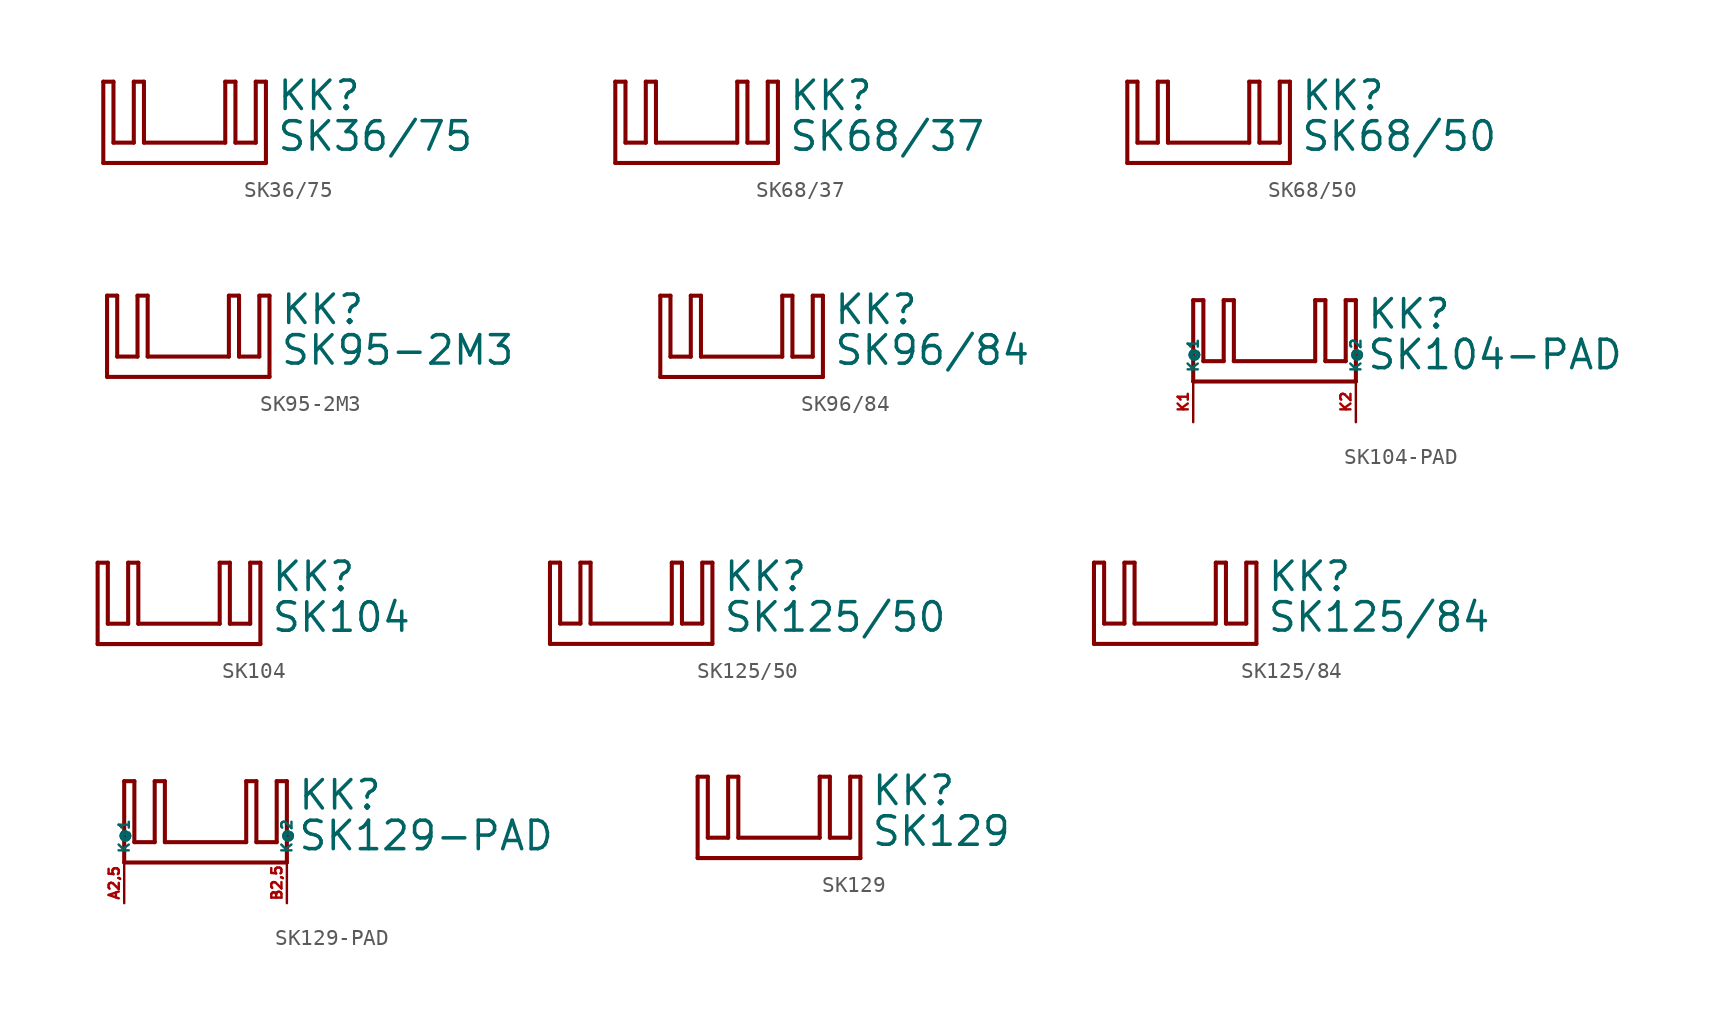
<source format=kicad_sym>
(kicad_symbol_lib
  (version 20220914)
  (generator Eagle2Kicad)
  (symbol "SK36/75"
    (property "Reference" "KK"
      (at 5.715 3.175 0)
      (effects (font (size 1.778 1.778) (thickness 0.22)) (justify left bottom)))
    (property "Value" "SK36/75"
      (at 5.715 0.635 0)
      (effects (font (size 1.778 1.778) (thickness 0.22)) (justify left bottom)))
    (polyline
      (pts (xy -5.08 0) (xy 5.08 0))
      (stroke (width 0.254) (type default))
      (fill (type none)))
    (polyline
      (pts (xy 5.08 0) (xy 5.08 5.08))
      (stroke (width 0.254) (type default))
      (fill (type none)))
    (polyline
      (pts (xy 5.08 5.08) (xy 4.445 5.08))
      (stroke (width 0.254) (type default))
      (fill (type none)))
    (polyline
      (pts (xy 4.445 5.08) (xy 4.445 1.27))
      (stroke (width 0.254) (type default))
      (fill (type none)))
    (polyline
      (pts (xy 4.445 1.27) (xy 3.175 1.27))
      (stroke (width 0.254) (type default))
      (fill (type none)))
    (polyline
      (pts (xy 3.175 1.27) (xy 3.175 5.08))
      (stroke (width 0.254) (type default))
      (fill (type none)))
    (polyline
      (pts (xy 3.175 5.08) (xy 2.54 5.08))
      (stroke (width 0.254) (type default))
      (fill (type none)))
    (polyline
      (pts (xy 2.54 5.08) (xy 2.54 1.27))
      (stroke (width 0.254) (type default))
      (fill (type none)))
    (polyline
      (pts (xy 2.54 1.27) (xy -2.54 1.27))
      (stroke (width 0.254) (type default))
      (fill (type none)))
    (polyline
      (pts (xy -2.54 1.27) (xy -2.54 5.08))
      (stroke (width 0.254) (type default))
      (fill (type none)))
    (polyline
      (pts (xy -2.54 5.08) (xy -3.175 5.08))
      (stroke (width 0.254) (type default))
      (fill (type none)))
    (polyline
      (pts (xy -3.175 5.08) (xy -3.175 1.27))
      (stroke (width 0.254) (type default))
      (fill (type none)))
    (polyline
      (pts (xy -3.175 1.27) (xy -4.445 1.27))
      (stroke (width 0.254) (type default))
      (fill (type none)))
    (polyline
      (pts (xy -4.445 1.27) (xy -4.445 5.08))
      (stroke (width 0.254) (type default))
      (fill (type none)))
    (polyline
      (pts (xy -4.445 5.08) (xy -5.08 5.08))
      (stroke (width 0.254) (type default))
      (fill (type none)))
    (polyline
      (pts (xy -5.08 5.08) (xy -5.08 0))
      (stroke (width 0.254) (type default))
      (fill (type none))))
  (symbol "SK68/37"
    (property "Reference" "KK"
      (at 5.715 3.175 0)
      (effects (font (size 1.778 1.778) (thickness 0.22)) (justify left bottom)))
    (property "Value" "SK68/37"
      (at 5.715 0.635 0)
      (effects (font (size 1.778 1.778) (thickness 0.22)) (justify left bottom)))
    (polyline
      (pts (xy -5.08 0) (xy 5.08 0))
      (stroke (width 0.254) (type default))
      (fill (type none)))
    (polyline
      (pts (xy 5.08 0) (xy 5.08 5.08))
      (stroke (width 0.254) (type default))
      (fill (type none)))
    (polyline
      (pts (xy 5.08 5.08) (xy 4.445 5.08))
      (stroke (width 0.254) (type default))
      (fill (type none)))
    (polyline
      (pts (xy 4.445 5.08) (xy 4.445 1.27))
      (stroke (width 0.254) (type default))
      (fill (type none)))
    (polyline
      (pts (xy 4.445 1.27) (xy 3.175 1.27))
      (stroke (width 0.254) (type default))
      (fill (type none)))
    (polyline
      (pts (xy 3.175 1.27) (xy 3.175 5.08))
      (stroke (width 0.254) (type default))
      (fill (type none)))
    (polyline
      (pts (xy 3.175 5.08) (xy 2.54 5.08))
      (stroke (width 0.254) (type default))
      (fill (type none)))
    (polyline
      (pts (xy 2.54 5.08) (xy 2.54 1.27))
      (stroke (width 0.254) (type default))
      (fill (type none)))
    (polyline
      (pts (xy 2.54 1.27) (xy -2.54 1.27))
      (stroke (width 0.254) (type default))
      (fill (type none)))
    (polyline
      (pts (xy -2.54 1.27) (xy -2.54 5.08))
      (stroke (width 0.254) (type default))
      (fill (type none)))
    (polyline
      (pts (xy -2.54 5.08) (xy -3.175 5.08))
      (stroke (width 0.254) (type default))
      (fill (type none)))
    (polyline
      (pts (xy -3.175 5.08) (xy -3.175 1.27))
      (stroke (width 0.254) (type default))
      (fill (type none)))
    (polyline
      (pts (xy -3.175 1.27) (xy -4.445 1.27))
      (stroke (width 0.254) (type default))
      (fill (type none)))
    (polyline
      (pts (xy -4.445 1.27) (xy -4.445 5.08))
      (stroke (width 0.254) (type default))
      (fill (type none)))
    (polyline
      (pts (xy -4.445 5.08) (xy -5.08 5.08))
      (stroke (width 0.254) (type default))
      (fill (type none)))
    (polyline
      (pts (xy -5.08 5.08) (xy -5.08 0))
      (stroke (width 0.254) (type default))
      (fill (type none))))
  (symbol "SK68/50"
    (property "Reference" "KK"
      (at 5.715 3.175 0)
      (effects (font (size 1.778 1.778) (thickness 0.22)) (justify left bottom)))
    (property "Value" "SK68/50"
      (at 5.715 0.635 0)
      (effects (font (size 1.778 1.778) (thickness 0.22)) (justify left bottom)))
    (polyline
      (pts (xy -5.08 0) (xy 5.08 0))
      (stroke (width 0.254) (type default))
      (fill (type none)))
    (polyline
      (pts (xy 5.08 0) (xy 5.08 5.08))
      (stroke (width 0.254) (type default))
      (fill (type none)))
    (polyline
      (pts (xy 5.08 5.08) (xy 4.445 5.08))
      (stroke (width 0.254) (type default))
      (fill (type none)))
    (polyline
      (pts (xy 4.445 5.08) (xy 4.445 1.27))
      (stroke (width 0.254) (type default))
      (fill (type none)))
    (polyline
      (pts (xy 4.445 1.27) (xy 3.175 1.27))
      (stroke (width 0.254) (type default))
      (fill (type none)))
    (polyline
      (pts (xy 3.175 1.27) (xy 3.175 5.08))
      (stroke (width 0.254) (type default))
      (fill (type none)))
    (polyline
      (pts (xy 3.175 5.08) (xy 2.54 5.08))
      (stroke (width 0.254) (type default))
      (fill (type none)))
    (polyline
      (pts (xy 2.54 5.08) (xy 2.54 1.27))
      (stroke (width 0.254) (type default))
      (fill (type none)))
    (polyline
      (pts (xy 2.54 1.27) (xy -2.54 1.27))
      (stroke (width 0.254) (type default))
      (fill (type none)))
    (polyline
      (pts (xy -2.54 1.27) (xy -2.54 5.08))
      (stroke (width 0.254) (type default))
      (fill (type none)))
    (polyline
      (pts (xy -2.54 5.08) (xy -3.175 5.08))
      (stroke (width 0.254) (type default))
      (fill (type none)))
    (polyline
      (pts (xy -3.175 5.08) (xy -3.175 1.27))
      (stroke (width 0.254) (type default))
      (fill (type none)))
    (polyline
      (pts (xy -3.175 1.27) (xy -4.445 1.27))
      (stroke (width 0.254) (type default))
      (fill (type none)))
    (polyline
      (pts (xy -4.445 1.27) (xy -4.445 5.08))
      (stroke (width 0.254) (type default))
      (fill (type none)))
    (polyline
      (pts (xy -4.445 5.08) (xy -5.08 5.08))
      (stroke (width 0.254) (type default))
      (fill (type none)))
    (polyline
      (pts (xy -5.08 5.08) (xy -5.08 0))
      (stroke (width 0.254) (type default))
      (fill (type none))))
  (symbol "SK95-2M3"
    (property "Reference" "KK"
      (at 5.715 3.175 0)
      (effects (font (size 1.778 1.778) (thickness 0.22)) (justify left bottom)))
    (property "Value" "SK95-2M3"
      (at 5.715 0.635 0)
      (effects (font (size 1.778 1.778) (thickness 0.22)) (justify left bottom)))
    (polyline
      (pts (xy -5.08 0) (xy 5.08 0))
      (stroke (width 0.254) (type default))
      (fill (type none)))
    (polyline
      (pts (xy 5.08 0) (xy 5.08 5.08))
      (stroke (width 0.254) (type default))
      (fill (type none)))
    (polyline
      (pts (xy 5.08 5.08) (xy 4.445 5.08))
      (stroke (width 0.254) (type default))
      (fill (type none)))
    (polyline
      (pts (xy 4.445 5.08) (xy 4.445 1.27))
      (stroke (width 0.254) (type default))
      (fill (type none)))
    (polyline
      (pts (xy 4.445 1.27) (xy 3.175 1.27))
      (stroke (width 0.254) (type default))
      (fill (type none)))
    (polyline
      (pts (xy 3.175 1.27) (xy 3.175 5.08))
      (stroke (width 0.254) (type default))
      (fill (type none)))
    (polyline
      (pts (xy 3.175 5.08) (xy 2.54 5.08))
      (stroke (width 0.254) (type default))
      (fill (type none)))
    (polyline
      (pts (xy 2.54 5.08) (xy 2.54 1.27))
      (stroke (width 0.254) (type default))
      (fill (type none)))
    (polyline
      (pts (xy 2.54 1.27) (xy -2.54 1.27))
      (stroke (width 0.254) (type default))
      (fill (type none)))
    (polyline
      (pts (xy -2.54 1.27) (xy -2.54 5.08))
      (stroke (width 0.254) (type default))
      (fill (type none)))
    (polyline
      (pts (xy -2.54 5.08) (xy -3.175 5.08))
      (stroke (width 0.254) (type default))
      (fill (type none)))
    (polyline
      (pts (xy -3.175 5.08) (xy -3.175 1.27))
      (stroke (width 0.254) (type default))
      (fill (type none)))
    (polyline
      (pts (xy -3.175 1.27) (xy -4.445 1.27))
      (stroke (width 0.254) (type default))
      (fill (type none)))
    (polyline
      (pts (xy -4.445 1.27) (xy -4.445 5.08))
      (stroke (width 0.254) (type default))
      (fill (type none)))
    (polyline
      (pts (xy -4.445 5.08) (xy -5.08 5.08))
      (stroke (width 0.254) (type default))
      (fill (type none)))
    (polyline
      (pts (xy -5.08 5.08) (xy -5.08 0))
      (stroke (width 0.254) (type default))
      (fill (type none))))
  (symbol "SK96/84"
    (property "Reference" "KK"
      (at 5.715 3.175 0)
      (effects (font (size 1.778 1.778) (thickness 0.22)) (justify left bottom)))
    (property "Value" "SK96/84"
      (at 5.715 0.635 0)
      (effects (font (size 1.778 1.778) (thickness 0.22)) (justify left bottom)))
    (polyline
      (pts (xy -5.08 0) (xy 5.08 0))
      (stroke (width 0.254) (type default))
      (fill (type none)))
    (polyline
      (pts (xy 5.08 0) (xy 5.08 5.08))
      (stroke (width 0.254) (type default))
      (fill (type none)))
    (polyline
      (pts (xy 5.08 5.08) (xy 4.445 5.08))
      (stroke (width 0.254) (type default))
      (fill (type none)))
    (polyline
      (pts (xy 4.445 5.08) (xy 4.445 1.27))
      (stroke (width 0.254) (type default))
      (fill (type none)))
    (polyline
      (pts (xy 4.445 1.27) (xy 3.175 1.27))
      (stroke (width 0.254) (type default))
      (fill (type none)))
    (polyline
      (pts (xy 3.175 1.27) (xy 3.175 5.08))
      (stroke (width 0.254) (type default))
      (fill (type none)))
    (polyline
      (pts (xy 3.175 5.08) (xy 2.54 5.08))
      (stroke (width 0.254) (type default))
      (fill (type none)))
    (polyline
      (pts (xy 2.54 5.08) (xy 2.54 1.27))
      (stroke (width 0.254) (type default))
      (fill (type none)))
    (polyline
      (pts (xy 2.54 1.27) (xy -2.54 1.27))
      (stroke (width 0.254) (type default))
      (fill (type none)))
    (polyline
      (pts (xy -2.54 1.27) (xy -2.54 5.08))
      (stroke (width 0.254) (type default))
      (fill (type none)))
    (polyline
      (pts (xy -2.54 5.08) (xy -3.175 5.08))
      (stroke (width 0.254) (type default))
      (fill (type none)))
    (polyline
      (pts (xy -3.175 5.08) (xy -3.175 1.27))
      (stroke (width 0.254) (type default))
      (fill (type none)))
    (polyline
      (pts (xy -3.175 1.27) (xy -4.445 1.27))
      (stroke (width 0.254) (type default))
      (fill (type none)))
    (polyline
      (pts (xy -4.445 1.27) (xy -4.445 5.08))
      (stroke (width 0.254) (type default))
      (fill (type none)))
    (polyline
      (pts (xy -4.445 5.08) (xy -5.08 5.08))
      (stroke (width 0.254) (type default))
      (fill (type none)))
    (polyline
      (pts (xy -5.08 5.08) (xy -5.08 0))
      (stroke (width 0.254) (type default))
      (fill (type none))))
  (symbol "SK104-PAD"
    (property "Reference" "KK"
      (at 5.715 3.175 0)
      (effects (font (size 1.778 1.778) (thickness 0.22)) (justify left bottom)))
    (property "Value" "SK104-PAD"
      (at 5.715 0.635 0)
      (effects (font (size 1.778 1.778) (thickness 0.22)) (justify left bottom)))
    (polyline
      (pts (xy -5.08 0) (xy 5.08 0))
      (stroke (width 0.254) (type default))
      (fill (type none)))
    (polyline
      (pts (xy 5.08 0) (xy 5.08 5.08))
      (stroke (width 0.254) (type default))
      (fill (type none)))
    (polyline
      (pts (xy 5.08 5.08) (xy 4.445 5.08))
      (stroke (width 0.254) (type default))
      (fill (type none)))
    (polyline
      (pts (xy 4.445 5.08) (xy 4.445 1.27))
      (stroke (width 0.254) (type default))
      (fill (type none)))
    (polyline
      (pts (xy 4.445 1.27) (xy 3.175 1.27))
      (stroke (width 0.254) (type default))
      (fill (type none)))
    (polyline
      (pts (xy 3.175 1.27) (xy 3.175 5.08))
      (stroke (width 0.254) (type default))
      (fill (type none)))
    (polyline
      (pts (xy 3.175 5.08) (xy 2.54 5.08))
      (stroke (width 0.254) (type default))
      (fill (type none)))
    (polyline
      (pts (xy 2.54 5.08) (xy 2.54 1.27))
      (stroke (width 0.254) (type default))
      (fill (type none)))
    (polyline
      (pts (xy 2.54 1.27) (xy -2.54 1.27))
      (stroke (width 0.254) (type default))
      (fill (type none)))
    (polyline
      (pts (xy -2.54 1.27) (xy -2.54 5.08))
      (stroke (width 0.254) (type default))
      (fill (type none)))
    (polyline
      (pts (xy -2.54 5.08) (xy -3.175 5.08))
      (stroke (width 0.254) (type default))
      (fill (type none)))
    (polyline
      (pts (xy -3.175 5.08) (xy -3.175 1.27))
      (stroke (width 0.254) (type default))
      (fill (type none)))
    (polyline
      (pts (xy -3.175 1.27) (xy -4.445 1.27))
      (stroke (width 0.254) (type default))
      (fill (type none)))
    (polyline
      (pts (xy -4.445 1.27) (xy -4.445 5.08))
      (stroke (width 0.254) (type default))
      (fill (type none)))
    (polyline
      (pts (xy -4.445 5.08) (xy -5.08 5.08))
      (stroke (width 0.254) (type default))
      (fill (type none)))
    (polyline
      (pts (xy -5.08 5.08) (xy -5.08 0))
      (stroke (width 0.254) (type default))
      (fill (type none)))
    (pin passive line
      (at -5.08 -2.54 90)
      (length 2.54)
      (name "K@1" (effects (font (size 0.635 0.635) (thickness 0.08)) (justify left bottom)))
      (number "K1" (effects (font (size 0.635 0.635) (thickness 0.08)) (justify left bottom))))
    (pin passive line
      (at 5.08 -2.54 90)
      (length 2.54)
      (name "K@2" (effects (font (size 0.635 0.635) (thickness 0.08)) (justify left bottom)))
      (number "K2" (effects (font (size 0.635 0.635) (thickness 0.08)) (justify left bottom)))))
  (symbol "SK104"
    (property "Reference" "KK"
      (at 5.715 3.175 0)
      (effects (font (size 1.778 1.778) (thickness 0.22)) (justify left bottom)))
    (property "Value" "SK104"
      (at 5.715 0.635 0)
      (effects (font (size 1.778 1.778) (thickness 0.22)) (justify left bottom)))
    (polyline
      (pts (xy -5.08 0) (xy 5.08 0))
      (stroke (width 0.254) (type default))
      (fill (type none)))
    (polyline
      (pts (xy 5.08 0) (xy 5.08 5.08))
      (stroke (width 0.254) (type default))
      (fill (type none)))
    (polyline
      (pts (xy 5.08 5.08) (xy 4.445 5.08))
      (stroke (width 0.254) (type default))
      (fill (type none)))
    (polyline
      (pts (xy 4.445 5.08) (xy 4.445 1.27))
      (stroke (width 0.254) (type default))
      (fill (type none)))
    (polyline
      (pts (xy 4.445 1.27) (xy 3.175 1.27))
      (stroke (width 0.254) (type default))
      (fill (type none)))
    (polyline
      (pts (xy 3.175 1.27) (xy 3.175 5.08))
      (stroke (width 0.254) (type default))
      (fill (type none)))
    (polyline
      (pts (xy 3.175 5.08) (xy 2.54 5.08))
      (stroke (width 0.254) (type default))
      (fill (type none)))
    (polyline
      (pts (xy 2.54 5.08) (xy 2.54 1.27))
      (stroke (width 0.254) (type default))
      (fill (type none)))
    (polyline
      (pts (xy 2.54 1.27) (xy -2.54 1.27))
      (stroke (width 0.254) (type default))
      (fill (type none)))
    (polyline
      (pts (xy -2.54 1.27) (xy -2.54 5.08))
      (stroke (width 0.254) (type default))
      (fill (type none)))
    (polyline
      (pts (xy -2.54 5.08) (xy -3.175 5.08))
      (stroke (width 0.254) (type default))
      (fill (type none)))
    (polyline
      (pts (xy -3.175 5.08) (xy -3.175 1.27))
      (stroke (width 0.254) (type default))
      (fill (type none)))
    (polyline
      (pts (xy -3.175 1.27) (xy -4.445 1.27))
      (stroke (width 0.254) (type default))
      (fill (type none)))
    (polyline
      (pts (xy -4.445 1.27) (xy -4.445 5.08))
      (stroke (width 0.254) (type default))
      (fill (type none)))
    (polyline
      (pts (xy -4.445 5.08) (xy -5.08 5.08))
      (stroke (width 0.254) (type default))
      (fill (type none)))
    (polyline
      (pts (xy -5.08 5.08) (xy -5.08 0))
      (stroke (width 0.254) (type default))
      (fill (type none))))
  (symbol "SK125/50"
    (property "Reference" "KK"
      (at 5.715 3.175 0)
      (effects (font (size 1.778 1.778) (thickness 0.22)) (justify left bottom)))
    (property "Value" "SK125/50"
      (at 5.715 0.635 0)
      (effects (font (size 1.778 1.778) (thickness 0.22)) (justify left bottom)))
    (polyline
      (pts (xy -5.08 0) (xy 5.08 0))
      (stroke (width 0.254) (type default))
      (fill (type none)))
    (polyline
      (pts (xy 5.08 0) (xy 5.08 5.08))
      (stroke (width 0.254) (type default))
      (fill (type none)))
    (polyline
      (pts (xy 5.08 5.08) (xy 4.445 5.08))
      (stroke (width 0.254) (type default))
      (fill (type none)))
    (polyline
      (pts (xy 4.445 5.08) (xy 4.445 1.27))
      (stroke (width 0.254) (type default))
      (fill (type none)))
    (polyline
      (pts (xy 4.445 1.27) (xy 3.175 1.27))
      (stroke (width 0.254) (type default))
      (fill (type none)))
    (polyline
      (pts (xy 3.175 1.27) (xy 3.175 5.08))
      (stroke (width 0.254) (type default))
      (fill (type none)))
    (polyline
      (pts (xy 3.175 5.08) (xy 2.54 5.08))
      (stroke (width 0.254) (type default))
      (fill (type none)))
    (polyline
      (pts (xy 2.54 5.08) (xy 2.54 1.27))
      (stroke (width 0.254) (type default))
      (fill (type none)))
    (polyline
      (pts (xy 2.54 1.27) (xy -2.54 1.27))
      (stroke (width 0.254) (type default))
      (fill (type none)))
    (polyline
      (pts (xy -2.54 1.27) (xy -2.54 5.08))
      (stroke (width 0.254) (type default))
      (fill (type none)))
    (polyline
      (pts (xy -2.54 5.08) (xy -3.175 5.08))
      (stroke (width 0.254) (type default))
      (fill (type none)))
    (polyline
      (pts (xy -3.175 5.08) (xy -3.175 1.27))
      (stroke (width 0.254) (type default))
      (fill (type none)))
    (polyline
      (pts (xy -3.175 1.27) (xy -4.445 1.27))
      (stroke (width 0.254) (type default))
      (fill (type none)))
    (polyline
      (pts (xy -4.445 1.27) (xy -4.445 5.08))
      (stroke (width 0.254) (type default))
      (fill (type none)))
    (polyline
      (pts (xy -4.445 5.08) (xy -5.08 5.08))
      (stroke (width 0.254) (type default))
      (fill (type none)))
    (polyline
      (pts (xy -5.08 5.08) (xy -5.08 0))
      (stroke (width 0.254) (type default))
      (fill (type none))))
  (symbol "SK125/84"
    (property "Reference" "KK"
      (at 5.715 3.175 0)
      (effects (font (size 1.778 1.778) (thickness 0.22)) (justify left bottom)))
    (property "Value" "SK125/84"
      (at 5.715 0.635 0)
      (effects (font (size 1.778 1.778) (thickness 0.22)) (justify left bottom)))
    (polyline
      (pts (xy -5.08 0) (xy 5.08 0))
      (stroke (width 0.254) (type default))
      (fill (type none)))
    (polyline
      (pts (xy 5.08 0) (xy 5.08 5.08))
      (stroke (width 0.254) (type default))
      (fill (type none)))
    (polyline
      (pts (xy 5.08 5.08) (xy 4.445 5.08))
      (stroke (width 0.254) (type default))
      (fill (type none)))
    (polyline
      (pts (xy 4.445 5.08) (xy 4.445 1.27))
      (stroke (width 0.254) (type default))
      (fill (type none)))
    (polyline
      (pts (xy 4.445 1.27) (xy 3.175 1.27))
      (stroke (width 0.254) (type default))
      (fill (type none)))
    (polyline
      (pts (xy 3.175 1.27) (xy 3.175 5.08))
      (stroke (width 0.254) (type default))
      (fill (type none)))
    (polyline
      (pts (xy 3.175 5.08) (xy 2.54 5.08))
      (stroke (width 0.254) (type default))
      (fill (type none)))
    (polyline
      (pts (xy 2.54 5.08) (xy 2.54 1.27))
      (stroke (width 0.254) (type default))
      (fill (type none)))
    (polyline
      (pts (xy 2.54 1.27) (xy -2.54 1.27))
      (stroke (width 0.254) (type default))
      (fill (type none)))
    (polyline
      (pts (xy -2.54 1.27) (xy -2.54 5.08))
      (stroke (width 0.254) (type default))
      (fill (type none)))
    (polyline
      (pts (xy -2.54 5.08) (xy -3.175 5.08))
      (stroke (width 0.254) (type default))
      (fill (type none)))
    (polyline
      (pts (xy -3.175 5.08) (xy -3.175 1.27))
      (stroke (width 0.254) (type default))
      (fill (type none)))
    (polyline
      (pts (xy -3.175 1.27) (xy -4.445 1.27))
      (stroke (width 0.254) (type default))
      (fill (type none)))
    (polyline
      (pts (xy -4.445 1.27) (xy -4.445 5.08))
      (stroke (width 0.254) (type default))
      (fill (type none)))
    (polyline
      (pts (xy -4.445 5.08) (xy -5.08 5.08))
      (stroke (width 0.254) (type default))
      (fill (type none)))
    (polyline
      (pts (xy -5.08 5.08) (xy -5.08 0))
      (stroke (width 0.254) (type default))
      (fill (type none))))
  (symbol "SK129-PAD"
    (property "Reference" "KK"
      (at 5.715 3.175 0)
      (effects (font (size 1.778 1.778) (thickness 0.22)) (justify left bottom)))
    (property "Value" "SK129-PAD"
      (at 5.715 0.635 0)
      (effects (font (size 1.778 1.778) (thickness 0.22)) (justify left bottom)))
    (polyline
      (pts (xy -5.08 0) (xy 5.08 0))
      (stroke (width 0.254) (type default))
      (fill (type none)))
    (polyline
      (pts (xy 5.08 0) (xy 5.08 5.08))
      (stroke (width 0.254) (type default))
      (fill (type none)))
    (polyline
      (pts (xy 5.08 5.08) (xy 4.445 5.08))
      (stroke (width 0.254) (type default))
      (fill (type none)))
    (polyline
      (pts (xy 4.445 5.08) (xy 4.445 1.27))
      (stroke (width 0.254) (type default))
      (fill (type none)))
    (polyline
      (pts (xy 4.445 1.27) (xy 3.175 1.27))
      (stroke (width 0.254) (type default))
      (fill (type none)))
    (polyline
      (pts (xy 3.175 1.27) (xy 3.175 5.08))
      (stroke (width 0.254) (type default))
      (fill (type none)))
    (polyline
      (pts (xy 3.175 5.08) (xy 2.54 5.08))
      (stroke (width 0.254) (type default))
      (fill (type none)))
    (polyline
      (pts (xy 2.54 5.08) (xy 2.54 1.27))
      (stroke (width 0.254) (type default))
      (fill (type none)))
    (polyline
      (pts (xy 2.54 1.27) (xy -2.54 1.27))
      (stroke (width 0.254) (type default))
      (fill (type none)))
    (polyline
      (pts (xy -2.54 1.27) (xy -2.54 5.08))
      (stroke (width 0.254) (type default))
      (fill (type none)))
    (polyline
      (pts (xy -2.54 5.08) (xy -3.175 5.08))
      (stroke (width 0.254) (type default))
      (fill (type none)))
    (polyline
      (pts (xy -3.175 5.08) (xy -3.175 1.27))
      (stroke (width 0.254) (type default))
      (fill (type none)))
    (polyline
      (pts (xy -3.175 1.27) (xy -4.445 1.27))
      (stroke (width 0.254) (type default))
      (fill (type none)))
    (polyline
      (pts (xy -4.445 1.27) (xy -4.445 5.08))
      (stroke (width 0.254) (type default))
      (fill (type none)))
    (polyline
      (pts (xy -4.445 5.08) (xy -5.08 5.08))
      (stroke (width 0.254) (type default))
      (fill (type none)))
    (polyline
      (pts (xy -5.08 5.08) (xy -5.08 0))
      (stroke (width 0.254) (type default))
      (fill (type none)))
    (pin passive line
      (at -5.08 -2.54 90)
      (length 2.54)
      (name "K@1" (effects (font (size 0.635 0.635) (thickness 0.08)) (justify left bottom)))
      (number "A2,5" (effects (font (size 0.635 0.635) (thickness 0.08)) (justify left bottom))))
    (pin passive line
      (at 5.08 -2.54 90)
      (length 2.54)
      (name "K@2" (effects (font (size 0.635 0.635) (thickness 0.08)) (justify left bottom)))
      (number "B2,5" (effects (font (size 0.635 0.635) (thickness 0.08)) (justify left bottom)))))
  (symbol "SK129"
    (property "Reference" "KK"
      (at 5.715 3.175 0)
      (effects (font (size 1.778 1.778) (thickness 0.22)) (justify left bottom)))
    (property "Value" "SK129"
      (at 5.715 0.635 0)
      (effects (font (size 1.778 1.778) (thickness 0.22)) (justify left bottom)))
    (polyline
      (pts (xy -5.08 0) (xy 5.08 0))
      (stroke (width 0.254) (type default))
      (fill (type none)))
    (polyline
      (pts (xy 5.08 0) (xy 5.08 5.08))
      (stroke (width 0.254) (type default))
      (fill (type none)))
    (polyline
      (pts (xy 5.08 5.08) (xy 4.445 5.08))
      (stroke (width 0.254) (type default))
      (fill (type none)))
    (polyline
      (pts (xy 4.445 5.08) (xy 4.445 1.27))
      (stroke (width 0.254) (type default))
      (fill (type none)))
    (polyline
      (pts (xy 4.445 1.27) (xy 3.175 1.27))
      (stroke (width 0.254) (type default))
      (fill (type none)))
    (polyline
      (pts (xy 3.175 1.27) (xy 3.175 5.08))
      (stroke (width 0.254) (type default))
      (fill (type none)))
    (polyline
      (pts (xy 3.175 5.08) (xy 2.54 5.08))
      (stroke (width 0.254) (type default))
      (fill (type none)))
    (polyline
      (pts (xy 2.54 5.08) (xy 2.54 1.27))
      (stroke (width 0.254) (type default))
      (fill (type none)))
    (polyline
      (pts (xy 2.54 1.27) (xy -2.54 1.27))
      (stroke (width 0.254) (type default))
      (fill (type none)))
    (polyline
      (pts (xy -2.54 1.27) (xy -2.54 5.08))
      (stroke (width 0.254) (type default))
      (fill (type none)))
    (polyline
      (pts (xy -2.54 5.08) (xy -3.175 5.08))
      (stroke (width 0.254) (type default))
      (fill (type none)))
    (polyline
      (pts (xy -3.175 5.08) (xy -3.175 1.27))
      (stroke (width 0.254) (type default))
      (fill (type none)))
    (polyline
      (pts (xy -3.175 1.27) (xy -4.445 1.27))
      (stroke (width 0.254) (type default))
      (fill (type none)))
    (polyline
      (pts (xy -4.445 1.27) (xy -4.445 5.08))
      (stroke (width 0.254) (type default))
      (fill (type none)))
    (polyline
      (pts (xy -4.445 5.08) (xy -5.08 5.08))
      (stroke (width 0.254) (type default))
      (fill (type none)))
    (polyline
      (pts (xy -5.08 5.08) (xy -5.08 0))
      (stroke (width 0.254) (type default))
      (fill (type none)))))
</source>
